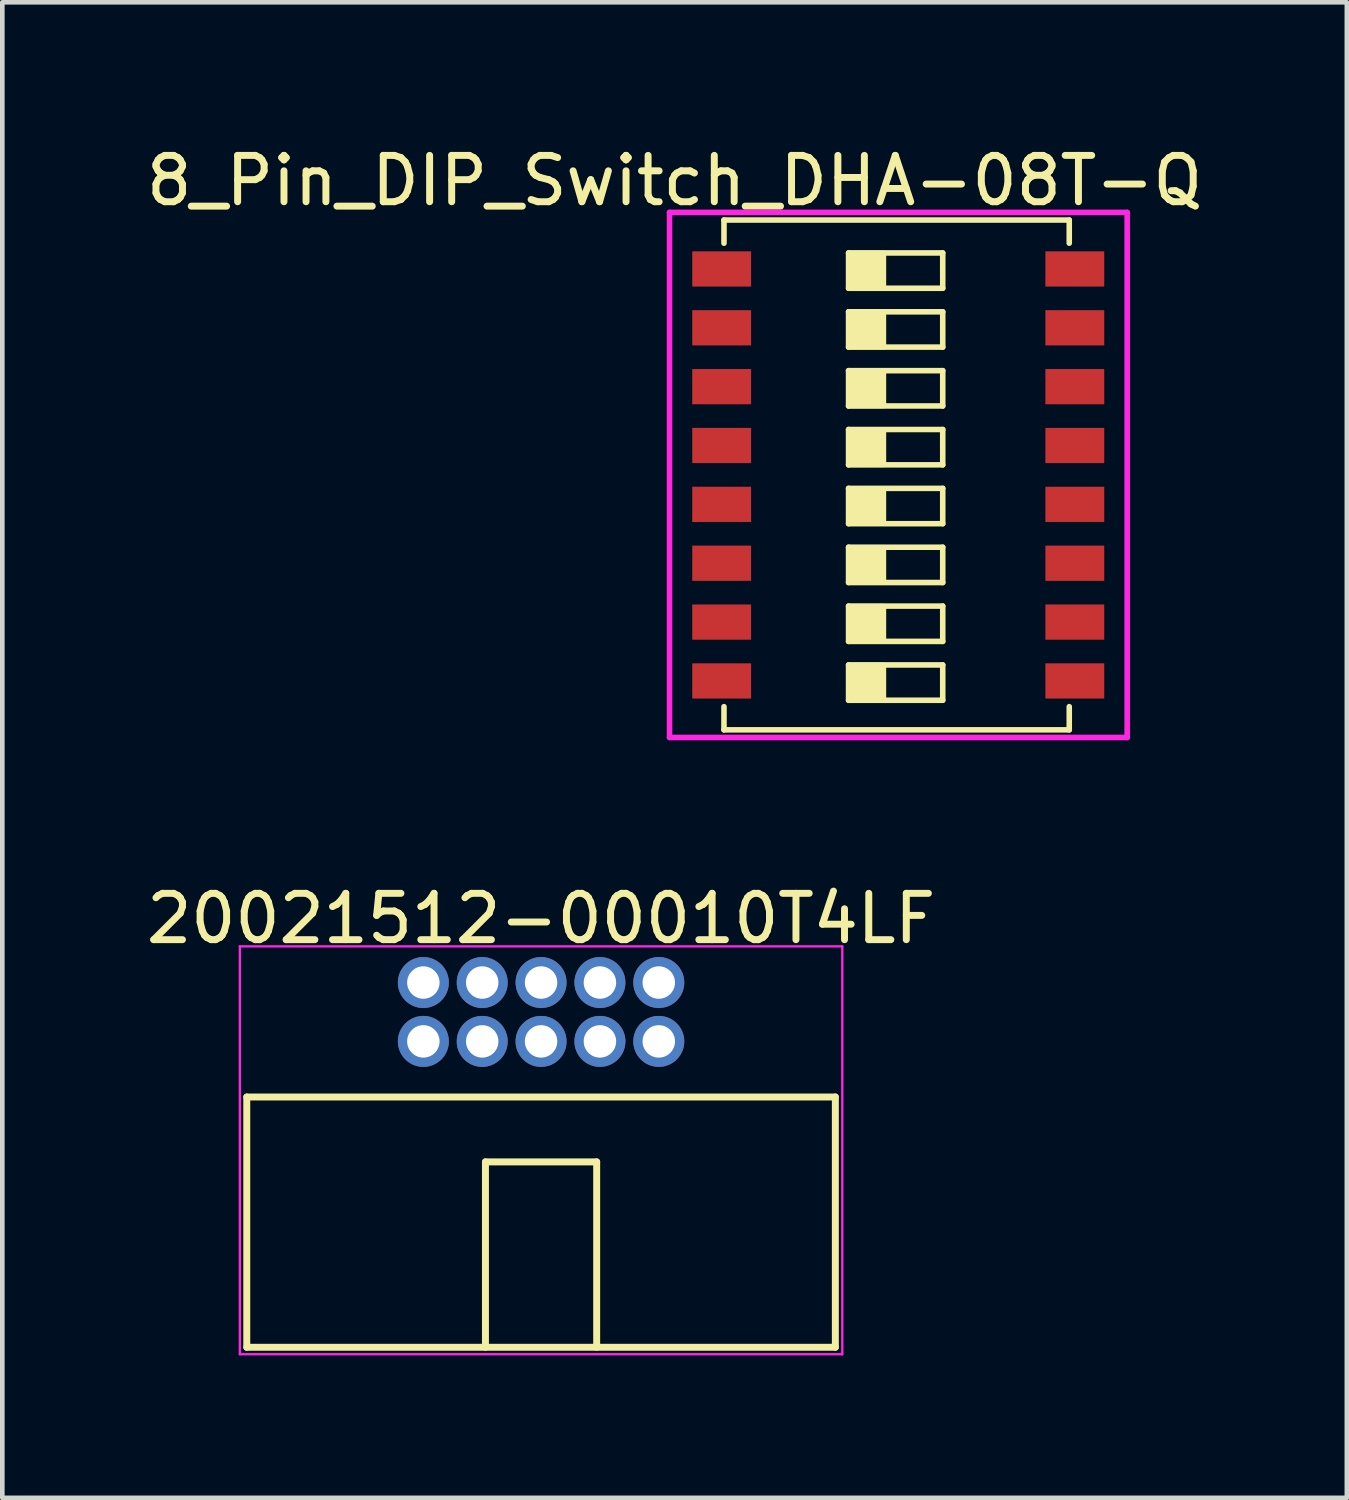
<source format=kicad_pcb>
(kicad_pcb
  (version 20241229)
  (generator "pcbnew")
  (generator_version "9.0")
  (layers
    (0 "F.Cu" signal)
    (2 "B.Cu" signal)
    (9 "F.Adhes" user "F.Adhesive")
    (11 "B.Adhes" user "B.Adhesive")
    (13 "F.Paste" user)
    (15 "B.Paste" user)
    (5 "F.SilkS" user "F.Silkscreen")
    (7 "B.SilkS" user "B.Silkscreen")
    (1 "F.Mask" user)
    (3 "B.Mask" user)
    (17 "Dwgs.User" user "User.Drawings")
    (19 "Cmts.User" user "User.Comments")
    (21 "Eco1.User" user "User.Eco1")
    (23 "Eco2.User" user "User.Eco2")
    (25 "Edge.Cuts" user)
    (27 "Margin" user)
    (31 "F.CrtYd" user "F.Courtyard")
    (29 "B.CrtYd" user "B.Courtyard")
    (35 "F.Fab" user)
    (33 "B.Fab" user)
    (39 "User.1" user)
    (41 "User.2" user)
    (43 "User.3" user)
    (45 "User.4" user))
  (footprint "8_Pin_DIP_Switch_DHA-08T-Q"
    (layer "F.Cu")
    (at 12.522 7.198)
    (property "Reference" "8_Pin_DIP_Switch_DHA-08T-Q" (at -1.016 -6.35 0) (layer "F.SilkS") (effects (font (size 1 1) (thickness 0.15))))
    (attr through_hole)
    (fp_line (start 0.05 -5.5) (end 0.05 -5) (stroke (width 0.12) (type solid)) (layer "F.SilkS"))
    (fp_line (start 0.05 5.5) (end 0.05 5) (stroke (width 0.12) (type solid)) (layer "F.SilkS"))
    (fp_line (start 2.738 -4.79) (end 4.77 -4.79) (stroke (width 0.12) (type solid)) (layer "F.SilkS"))
    (fp_line (start 2.738 -4.028) (end 2.738 -4.79) (stroke (width 0.12) (type solid)) (layer "F.SilkS"))
    (fp_line (start 2.738 -3.52) (end 2.738 -2.758) (stroke (width 0.12) (type solid)) (layer "F.SilkS"))
    (fp_line (start 2.738 -2.758) (end 4.77 -2.758) (stroke (width 0.12) (type solid)) (layer "F.SilkS"))
    (fp_line (start 2.738 -2.25) (end 2.738 -1.488) (stroke (width 0.12) (type solid)) (layer "F.SilkS"))
    (fp_line (start 2.738 -1.488) (end 4.77 -1.488) (stroke (width 0.12) (type solid)) (layer "F.SilkS"))
    (fp_line (start 2.738 -0.98) (end 4.77 -0.98) (stroke (width 0.12) (type solid)) (layer "F.SilkS"))
    (fp_line (start 2.738 -0.218) (end 2.738 -0.98) (stroke (width 0.12) (type solid)) (layer "F.SilkS"))
    (fp_line (start 2.738 0.29) (end 2.738 1.052) (stroke (width 0.12) (type solid)) (layer "F.SilkS"))
    (fp_line (start 2.738 1.052) (end 4.77 1.052) (stroke (width 0.12) (type solid)) (layer "F.SilkS"))
    (fp_line (start 2.738 1.56) (end 4.77 1.56) (stroke (width 0.12) (type solid)) (layer "F.SilkS"))
    (fp_line (start 2.738 2.322) (end 2.738 1.56) (stroke (width 0.12) (type solid)) (layer "F.SilkS"))
    (fp_line (start 2.738 2.83) (end 2.738 3.592) (stroke (width 0.12) (type solid)) (layer "F.SilkS"))
    (fp_line (start 2.738 3.592) (end 4.77 3.592) (stroke (width 0.12) (type solid)) (layer "F.SilkS"))
    (fp_line (start 2.738 4.1) (end 2.738 4.862) (stroke (width 0.12) (type solid)) (layer "F.SilkS"))
    (fp_line (start 2.738 4.862) (end 4.77 4.862) (stroke (width 0.12) (type solid)) (layer "F.SilkS"))
    (fp_line (start 4.77 -4.79) (end 4.77 -4.028) (stroke (width 0.12) (type solid)) (layer "F.SilkS"))
    (fp_line (start 4.77 -4.028) (end 2.738 -4.028) (stroke (width 0.12) (type solid)) (layer "F.SilkS"))
    (fp_line (start 4.77 -3.52) (end 2.738 -3.52) (stroke (width 0.12) (type solid)) (layer "F.SilkS"))
    (fp_line (start 4.77 -2.758) (end 4.77 -3.52) (stroke (width 0.12) (type solid)) (layer "F.SilkS"))
    (fp_line (start 4.77 -2.25) (end 2.738 -2.25) (stroke (width 0.12) (type solid)) (layer "F.SilkS"))
    (fp_line (start 4.77 -1.488) (end 4.77 -2.25) (stroke (width 0.12) (type solid)) (layer "F.SilkS"))
    (fp_line (start 4.77 -0.98) (end 4.77 -0.218) (stroke (width 0.12) (type solid)) (layer "F.SilkS"))
    (fp_line (start 4.77 -0.218) (end 2.738 -0.218) (stroke (width 0.12) (type solid)) (layer "F.SilkS"))
    (fp_line (start 4.77 0.29) (end 2.738 0.29) (stroke (width 0.12) (type solid)) (layer "F.SilkS"))
    (fp_line (start 4.77 1.052) (end 4.77 0.29) (stroke (width 0.12) (type solid)) (layer "F.SilkS"))
    (fp_line (start 4.77 1.56) (end 4.77 2.322) (stroke (width 0.12) (type solid)) (layer "F.SilkS"))
    (fp_line (start 4.77 2.322) (end 2.738 2.322) (stroke (width 0.12) (type solid)) (layer "F.SilkS"))
    (fp_line (start 4.77 2.83) (end 2.738 2.83) (stroke (width 0.12) (type solid)) (layer "F.SilkS"))
    (fp_line (start 4.77 3.592) (end 4.77 2.83) (stroke (width 0.12) (type solid)) (layer "F.SilkS"))
    (fp_line (start 4.77 4.1) (end 2.738 4.1) (stroke (width 0.12) (type solid)) (layer "F.SilkS"))
    (fp_line (start 4.77 4.862) (end 4.77 4.1) (stroke (width 0.12) (type solid)) (layer "F.SilkS"))
    (fp_line (start 7.5 -5.5) (end 0.05 -5.5) (stroke (width 0.12) (type solid)) (layer "F.SilkS"))
    (fp_line (start 7.5 -5.5) (end 7.5 -5) (stroke (width 0.12) (type solid)) (layer "F.SilkS"))
    (fp_line (start 7.5 5) (end 7.5 5.5) (stroke (width 0.12) (type solid)) (layer "F.SilkS"))
    (fp_line (start 7.5 5.5) (end 0.05 5.5) (stroke (width 0.12) (type solid)) (layer "F.SilkS"))
    (fp_poly (pts (xy 3.5 -4.028) (xy 2.738 -4.028) (xy 2.738 -4.79) (xy 3.5 -4.79)) (stroke (width 0.1) (type solid)) (fill yes) (layer "F.SilkS"))
    (fp_poly (pts (xy 3.5 -2.758) (xy 2.738 -2.758) (xy 2.738 -3.52) (xy 3.5 -3.52)) (stroke (width 0.1) (type solid)) (fill yes) (layer "F.SilkS"))
    (fp_poly (pts (xy 3.5 -1.488) (xy 2.738 -1.488) (xy 2.738 -2.25) (xy 3.5 -2.25)) (stroke (width 0.1) (type solid)) (fill yes) (layer "F.SilkS"))
    (fp_poly (pts (xy 3.5 -0.218) (xy 2.738 -0.218) (xy 2.738 -0.98) (xy 3.5 -0.98)) (stroke (width 0.1) (type solid)) (fill yes) (layer "F.SilkS"))
    (fp_poly (pts (xy 3.5 1.052) (xy 2.738 1.052) (xy 2.738 0.29) (xy 3.5 0.29)) (stroke (width 0.1) (type solid)) (fill yes) (layer "F.SilkS"))
    (fp_poly (pts (xy 3.5 2.322) (xy 2.738 2.322) (xy 2.738 1.56) (xy 3.5 1.56)) (stroke (width 0.1) (type solid)) (fill yes) (layer "F.SilkS"))
    (fp_poly (pts (xy 3.5 3.592) (xy 2.738 3.592) (xy 2.738 2.83) (xy 3.5 2.83)) (stroke (width 0.1) (type solid)) (fill yes) (layer "F.SilkS"))
    (fp_poly (pts (xy 3.5 4.862) (xy 2.738 4.862) (xy 2.738 4.1) (xy 3.5 4.1)) (stroke (width 0.1) (type solid)) (fill yes) (layer "F.SilkS"))
    (fp_line (start -1.125 -5.665) (end -1.125 5.665) (stroke (width 0.12) (type solid)) (layer "F.CrtYd"))
    (fp_line (start -1.125 5.665) (end 8.75 5.665) (stroke (width 0.12) (type solid)) (layer "F.CrtYd"))
    (fp_line (start 8.75 -5.665) (end -1.125 -5.665) (stroke (width 0.12) (type solid)) (layer "F.CrtYd"))
    (fp_line (start 8.75 5.665) (end 8.75 -5.665) (stroke (width 0.12) (type solid)) (layer "F.CrtYd"))
    (pad "1" smd rect (at 0 -4.445) (size 1.27 0.76) (layers "F.Cu" "F.Mask" "F.Paste"))
    (pad "2" smd rect (at 0 -3.175) (size 1.27 0.76) (layers "F.Cu" "F.Mask" "F.Paste"))
    (pad "3" smd rect (at 0 -1.905) (size 1.27 0.76) (layers "F.Cu" "F.Mask" "F.Paste"))
    (pad "4" smd rect (at 0 -0.635) (size 1.27 0.76) (layers "F.Cu" "F.Mask" "F.Paste"))
    (pad "5" smd rect (at 0 0.635) (size 1.27 0.76) (layers "F.Cu" "F.Mask" "F.Paste"))
    (pad "6" smd rect (at 0 1.905) (size 1.27 0.76) (layers "F.Cu" "F.Mask" "F.Paste"))
    (pad "7" smd rect (at 0 3.175) (size 1.27 0.76) (layers "F.Cu" "F.Mask" "F.Paste"))
    (pad "8" smd rect (at 0 4.445) (size 1.27 0.76) (layers "F.Cu" "F.Mask" "F.Paste"))
    (pad "9" smd rect (at 7.62 4.445) (size 1.27 0.76) (layers "F.Cu" "F.Mask" "F.Paste"))
    (pad "10" smd rect (at 7.62 3.175) (size 1.27 0.76) (layers "F.Cu" "F.Mask" "F.Paste"))
    (pad "11" smd rect (at 7.62 1.905) (size 1.27 0.76) (layers "F.Cu" "F.Mask" "F.Paste"))
    (pad "12" smd rect (at 7.62 0.635) (size 1.27 0.76) (layers "F.Cu" "F.Mask" "F.Paste"))
    (pad "13" smd rect (at 7.62 -0.635) (size 1.27 0.76) (layers "F.Cu" "F.Mask" "F.Paste"))
    (pad "14" smd rect (at 7.62 -1.905) (size 1.27 0.76) (layers "F.Cu" "F.Mask" "F.Paste"))
    (pad "15" smd rect (at 7.62 -3.175) (size 1.27 0.76) (layers "F.Cu" "F.Mask" "F.Paste"))
    (pad "16" smd rect (at 7.62 -4.445) (size 1.27 0.76) (layers "F.Cu" "F.Mask" "F.Paste")))
  (footprint "20021512-00010T4LF"
    (layer "F.Cu")
    (at 8.625 26.021)
    (property "Reference" "20021512-00010T4LF" (at 0 -9.25 0) (layer "F.SilkS") (effects (font (size 1 1) (thickness 0.15))))
    (attr through_hole)
    (fp_line (start -6.35 -5.4) (end -6.35 0) (stroke (width 0.15) (type solid)) (layer "F.SilkS"))
    (fp_line (start -6.35 0) (end 6.35 0) (stroke (width 0.15) (type solid)) (layer "F.SilkS"))
    (fp_line (start -1.2 -4) (end 1.2 -4) (stroke (width 0.15) (type solid)) (layer "F.SilkS"))
    (fp_line (start -1.2 0) (end -1.2 -4) (stroke (width 0.15) (type solid)) (layer "F.SilkS"))
    (fp_line (start 1.2 -4) (end 1.2 0) (stroke (width 0.15) (type solid)) (layer "F.SilkS"))
    (fp_line (start 6.35 -5.4) (end -6.35 -5.4) (stroke (width 0.15) (type solid)) (layer "F.SilkS"))
    (fp_line (start 6.35 0) (end 6.35 -5.4) (stroke (width 0.15) (type solid)) (layer "F.SilkS"))
    (fp_line (start -6.5 -8.65) (end -6.5 0.15) (stroke (width 0.05) (type solid)) (layer "F.CrtYd"))
    (fp_line (start -6.5 0.15) (end 6.5 0.15) (stroke (width 0.05) (type solid)) (layer "F.CrtYd"))
    (fp_line (start 6.5 -8.65) (end -6.5 -8.65) (stroke (width 0.05) (type solid)) (layer "F.CrtYd"))
    (fp_line (start 6.5 0.15) (end 6.5 -8.65) (stroke (width 0.05) (type solid)) (layer "F.CrtYd"))
    (pad "1" thru_hole circle (at 2.54 -7.87) (size 1.1 1.1) (drill 0.7) (layers "*.Cu" "*.Mask"))
    (pad "2" thru_hole circle (at 2.54 -6.6) (size 1.1 1.1) (drill 0.7) (layers "*.Cu" "*.Mask"))
    (pad "3" thru_hole circle (at 1.27 -7.87) (size 1.1 1.1) (drill 0.7) (layers "*.Cu" "*.Mask"))
    (pad "4" thru_hole circle (at 1.27 -6.6) (size 1.1 1.1) (drill 0.7) (layers "*.Cu" "*.Mask"))
    (pad "5" thru_hole circle (at 0 -7.87) (size 1.1 1.1) (drill 0.7) (layers "*.Cu" "*.Mask"))
    (pad "6" thru_hole circle (at 0 -6.6) (size 1.1 1.1) (drill 0.7) (layers "*.Cu" "*.Mask"))
    (pad "7" thru_hole circle (at -1.27 -7.87) (size 1.1 1.1) (drill 0.7) (layers "*.Cu" "*.Mask"))
    (pad "8" thru_hole circle (at -1.27 -6.6) (size 1.1 1.1) (drill 0.7) (layers "*.Cu" "*.Mask"))
    (pad "9" thru_hole circle (at -2.54 -7.87) (size 1.1 1.1) (drill 0.7) (layers "*.Cu" "*.Mask"))
    (pad "10" thru_hole circle (at -2.54 -6.6) (size 1.1 1.1) (drill 0.7) (layers "*.Cu" "*.Mask")))
  (gr_rect
    (start -3 -3)
    (end 26.012 29.271)
    (stroke (width 0.1) (type default))
    (fill no)
    (layer "Edge.Cuts")))
</source>
